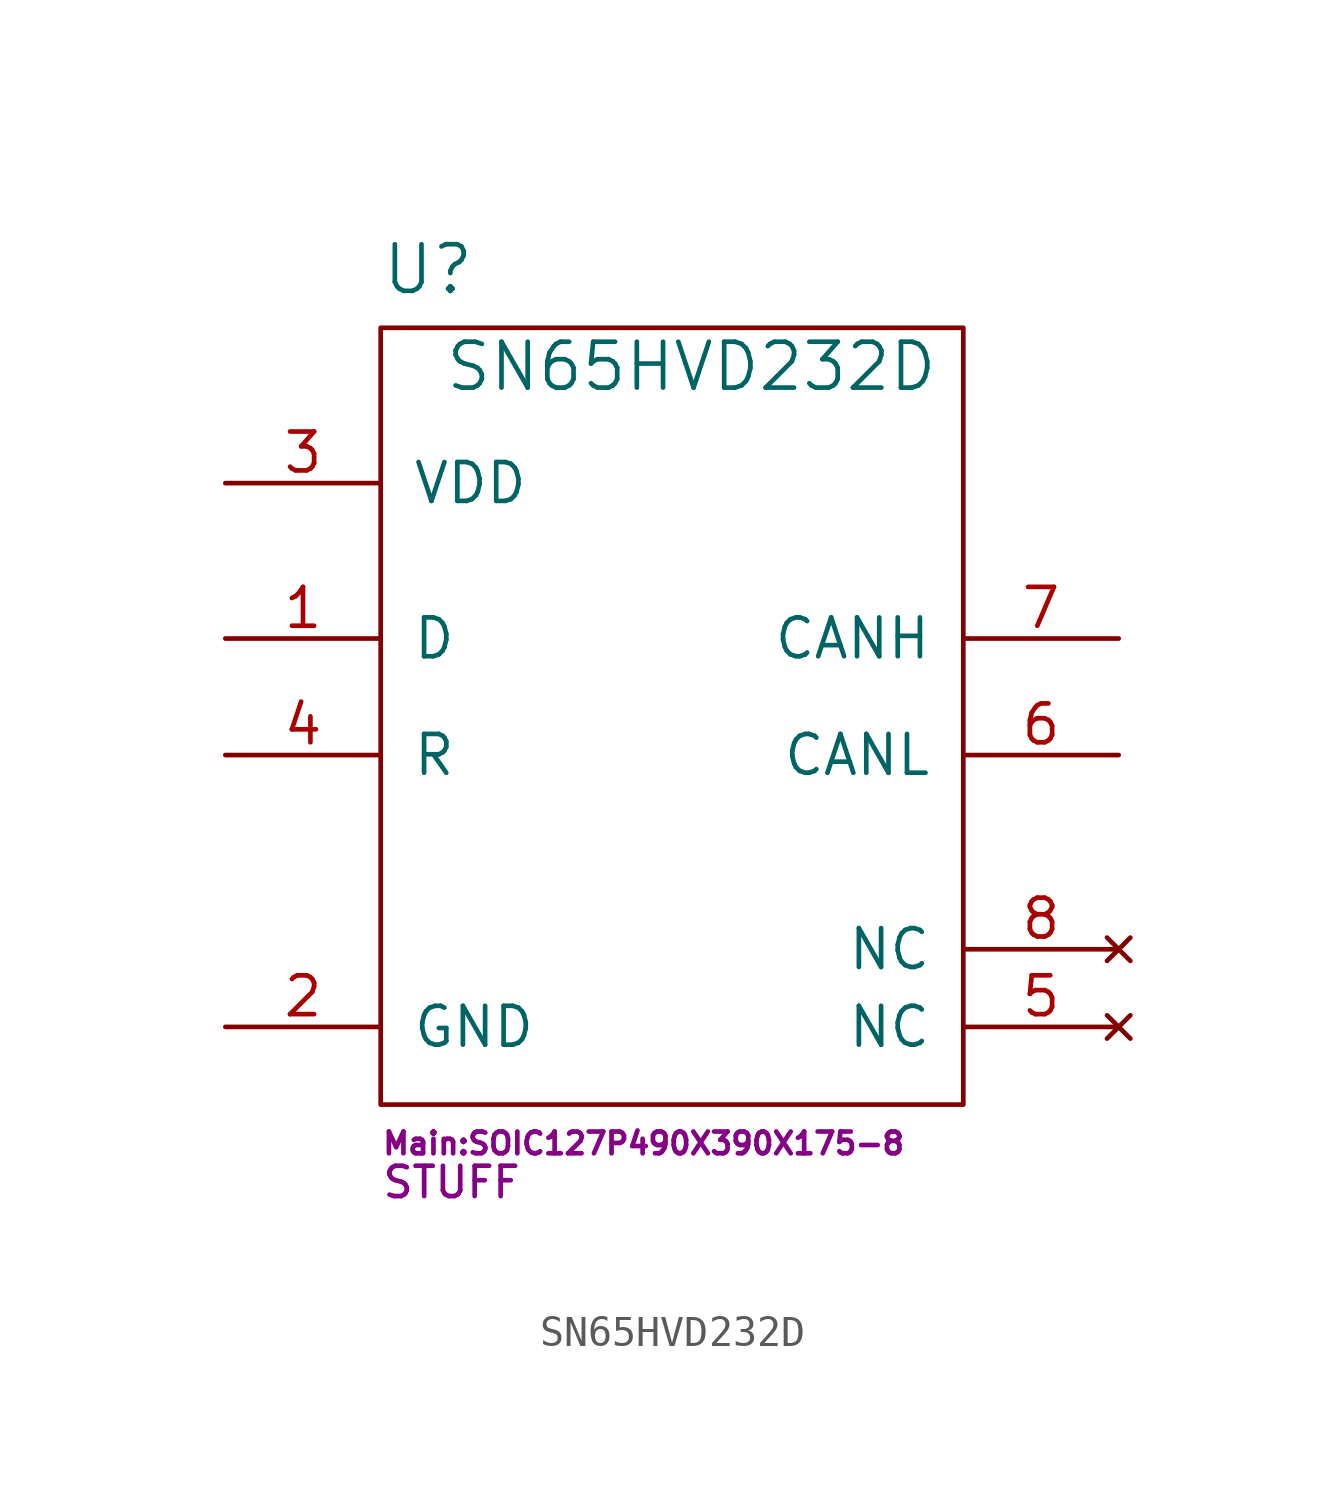
<source format=kicad_sym>
(kicad_symbol_lib
  (version 20231120)
  (generator "kicad_symbol_editor")
  (generator_version "8.0")
  (symbol "SN65HVD232D"
    (pin_names
      (offset 1.016))
    (property "Reference" "U"
      (at -10.16 14.605 0)
      (effects (font (size 1.524 1.524)) (justify left)))
    (property "Value" "SN65HVD232D"
      (at 0 11.43 0)
      (effects (font (size 1.499 1.499))))
    (property "Footprint" "Main:SOIC127P490X390X175-8"
      (at -10.16 -13.97 0)
      (effects (font (size 0.711 0.711)) (justify left)))
    (property "Datasheet" ""
      (at -5.08 15.875 0)
      (effects (font (size 1.524 1.524))))
    (property "SKU" "STUFF"
      (at -10.16 -15.24 0)
      (effects (font (size 0.991 0.991)) (justify left)))
    (symbol "SN65HVD232D_0_1"
      (rectangle (start 8.89 12.7) (end -10.16 -12.7) (stroke (width 0) (type default)) (fill (type none))))
    (symbol "SN65HVD232D_1_1"
      (pin input line (at -15.24 2.54 0) (length 5.08) (name "D" (effects (font (size 1.27 1.27)))) (number "1" (effects (font (size 1.27 1.27)))))
      (pin power_in line (at -15.24 -10.16 0) (length 5.08) (name "GND" (effects (font (size 1.27 1.27)))) (number "2" (effects (font (size 1.27 1.27)))))
      (pin power_in line (at -15.24 7.62 0) (length 5.08) (name "VDD" (effects (font (size 1.27 1.27)))) (number "3" (effects (font (size 1.27 1.27)))))
      (pin output line (at -15.24 -1.27 0) (length 5.08) (name "R" (effects (font (size 1.27 1.27)))) (number "4" (effects (font (size 1.27 1.27)))))
      (pin no_connect line (at 13.97 -10.16 180) (length 5.08) (name "NC" (effects (font (size 1.27 1.27)))) (number "5" (effects (font (size 1.27 1.27)))))
      (pin bidirectional line (at 13.97 -1.27 180) (length 5.08) (name "CANL" (effects (font (size 1.27 1.27)))) (number "6" (effects (font (size 1.27 1.27)))))
      (pin bidirectional line (at 13.97 2.54 180) (length 5.08) (name "CANH" (effects (font (size 1.27 1.27)))) (number "7" (effects (font (size 1.27 1.27)))))
      (pin no_connect line (at 13.97 -7.62 180) (length 5.08) (name "NC" (effects (font (size 1.27 1.27)))) (number "8" (effects (font (size 1.27 1.27))))))))
</source>
